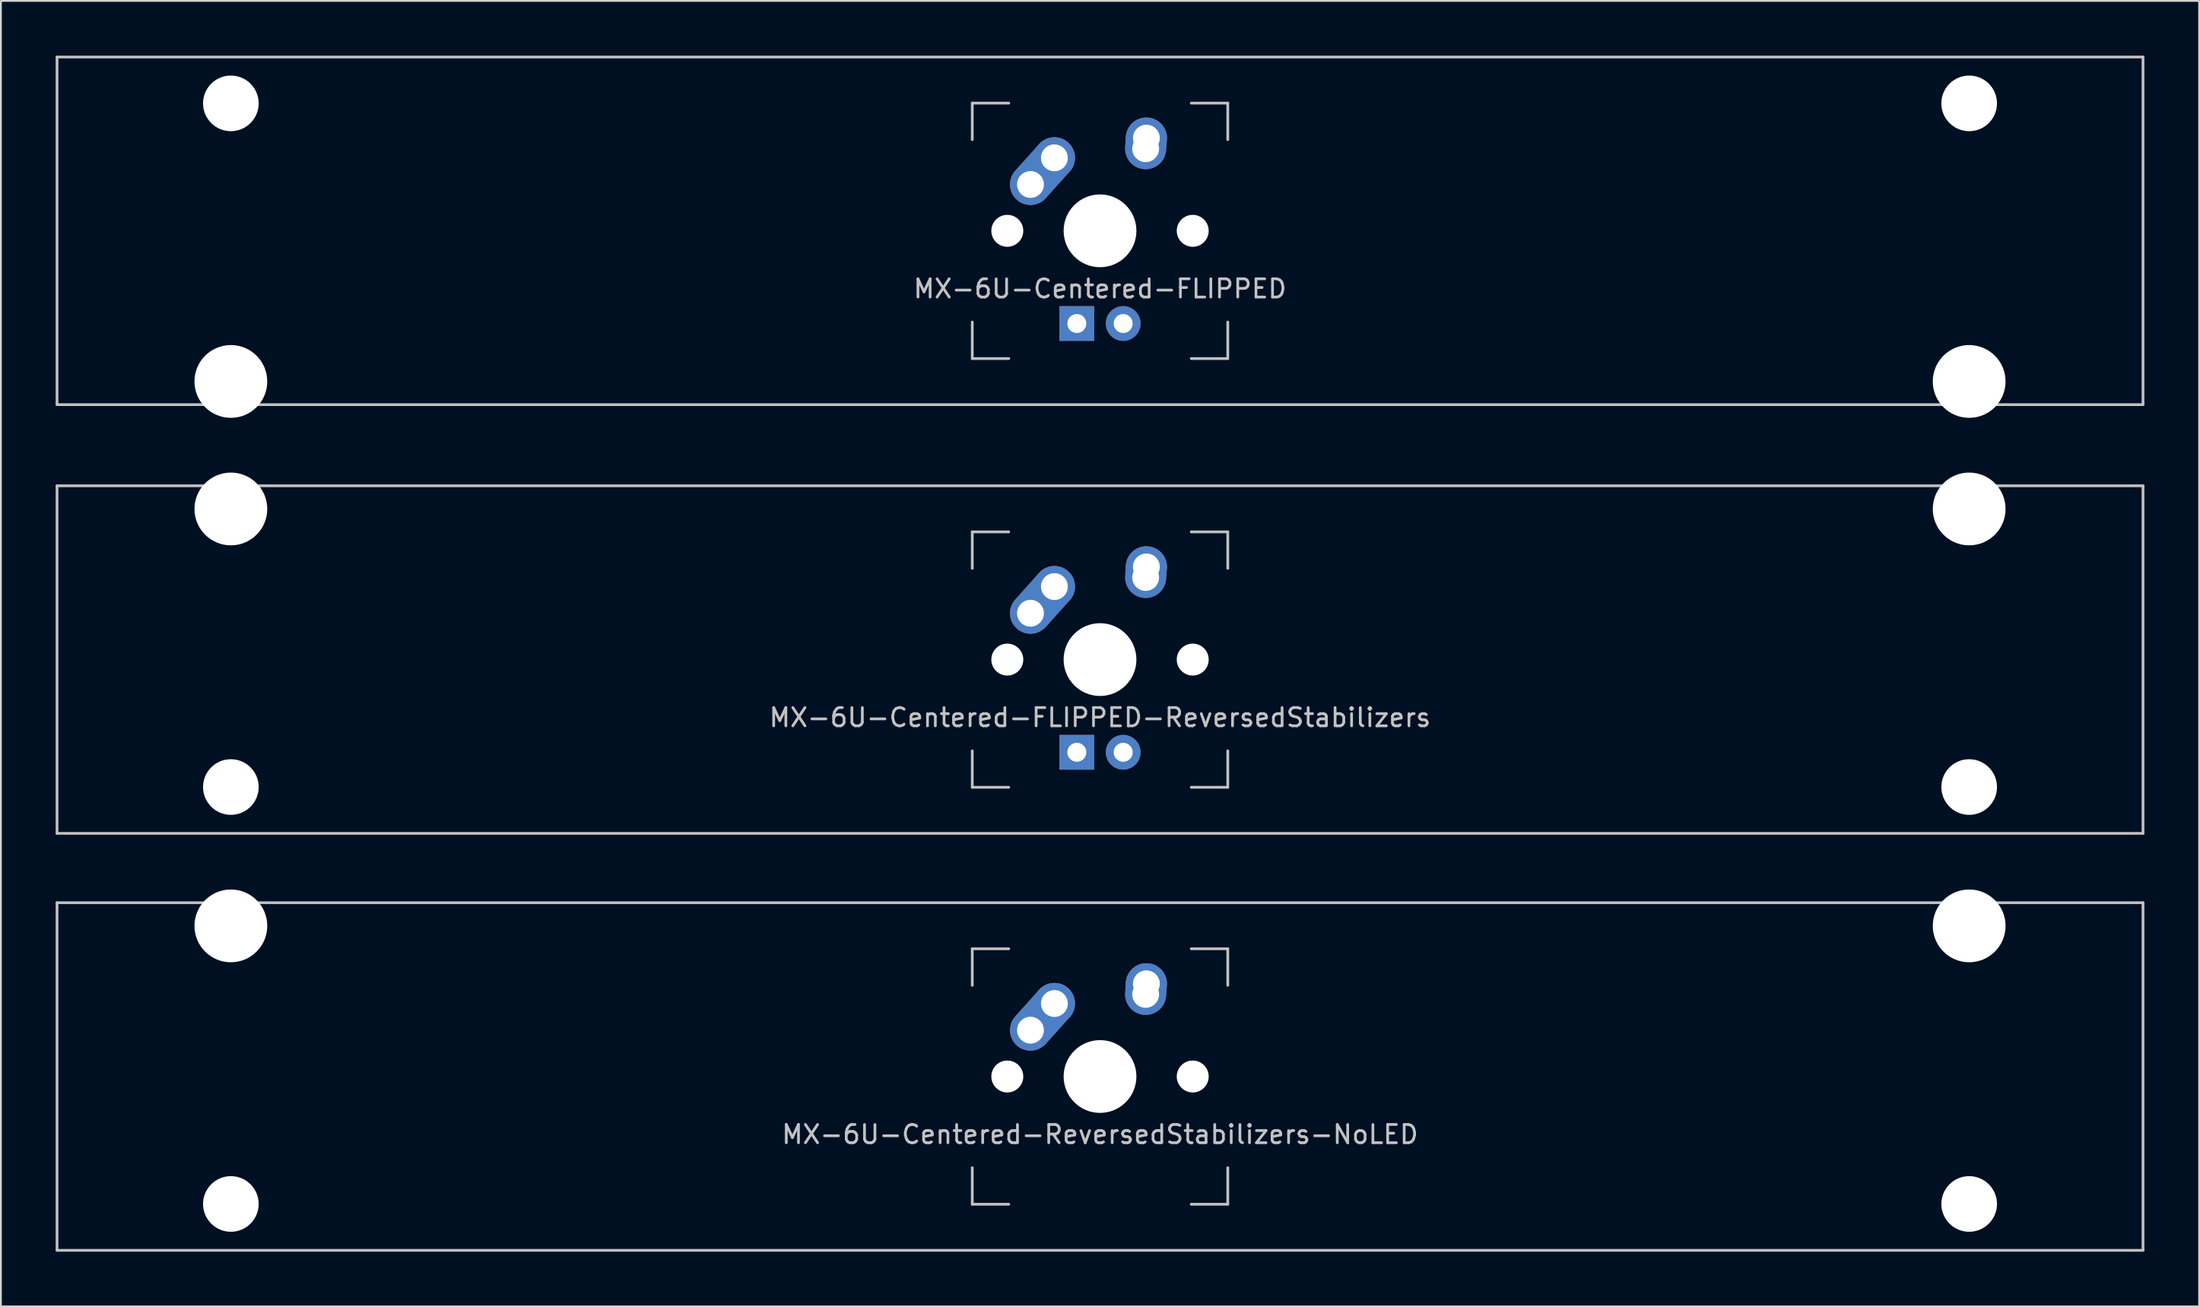
<source format=kicad_pcb>
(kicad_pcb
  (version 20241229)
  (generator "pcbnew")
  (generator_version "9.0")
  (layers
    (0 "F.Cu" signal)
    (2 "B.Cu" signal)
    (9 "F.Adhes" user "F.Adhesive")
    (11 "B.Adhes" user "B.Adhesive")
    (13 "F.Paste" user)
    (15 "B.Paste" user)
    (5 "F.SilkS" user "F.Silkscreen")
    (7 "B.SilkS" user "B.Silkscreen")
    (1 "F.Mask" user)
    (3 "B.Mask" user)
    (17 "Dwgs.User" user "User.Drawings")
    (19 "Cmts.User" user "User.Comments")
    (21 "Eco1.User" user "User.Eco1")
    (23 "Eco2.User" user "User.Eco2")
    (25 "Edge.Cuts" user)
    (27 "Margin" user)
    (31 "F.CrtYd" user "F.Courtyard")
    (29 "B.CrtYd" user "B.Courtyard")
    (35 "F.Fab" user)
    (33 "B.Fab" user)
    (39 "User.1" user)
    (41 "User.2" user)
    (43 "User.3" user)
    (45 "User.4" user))
  (footprint "MX-6U-Centered-FLIPPED-ReversedStabilizers"
    (layer "F.Cu")
    (at 57.225 33.098)
    (property "Reference" "MX-6U-Centered-FLIPPED-ReversedStabilizers" (at 0 3.175 0) (layer "Dwgs.User") (effects (font (size 1 1) (thickness 0.15))))
    (attr through_hole)
    (fp_line (start -57.15 -9.525) (end 57.15 -9.525) (stroke (width 0.15) (type solid)) (layer "Dwgs.User"))
    (fp_line (start -57.15 9.525) (end -57.15 -9.525) (stroke (width 0.15) (type solid)) (layer "Dwgs.User"))
    (fp_line (start -57.15 9.525) (end 57.15 9.525) (stroke (width 0.15) (type solid)) (layer "Dwgs.User"))
    (fp_line (start -7 -7) (end -7 -5) (stroke (width 0.15) (type solid)) (layer "Dwgs.User"))
    (fp_line (start -7 5) (end -7 7) (stroke (width 0.15) (type solid)) (layer "Dwgs.User"))
    (fp_line (start -7 7) (end -5 7) (stroke (width 0.15) (type solid)) (layer "Dwgs.User"))
    (fp_line (start -5 -7) (end -7 -7) (stroke (width 0.15) (type solid)) (layer "Dwgs.User"))
    (fp_line (start 5 -7) (end 7 -7) (stroke (width 0.15) (type solid)) (layer "Dwgs.User"))
    (fp_line (start 5 7) (end 7 7) (stroke (width 0.15) (type solid)) (layer "Dwgs.User"))
    (fp_line (start 7 -7) (end 7 -5) (stroke (width 0.15) (type solid)) (layer "Dwgs.User"))
    (fp_line (start 7 7) (end 7 5) (stroke (width 0.15) (type solid)) (layer "Dwgs.User"))
    (fp_line (start 57.15 -9.525) (end 57.15 9.525) (stroke (width 0.15) (type solid)) (layer "Dwgs.User"))
    (pad "" np_thru_hole circle (at -47.625 -8.255) (size 3.988 3.988) (drill 3.988) (layers "*.Cu" "*.Mask"))
    (pad "" np_thru_hole circle (at -47.625 6.985) (size 3.048 3.048) (drill 3.048) (layers "*.Cu" "*.Mask"))
    (pad "" np_thru_hole circle (at -5.08 0 48.1) (size 1.75 1.75) (drill 1.75) (layers "*.Cu" "*.Mask"))
    (pad "" np_thru_hole circle (at 0 0) (size 3.988 3.988) (drill 3.988) (layers "*.Cu" "*.Mask"))
    (pad "" np_thru_hole circle (at 5.08 0 48.1) (size 1.75 1.75) (drill 1.75) (layers "*.Cu" "*.Mask"))
    (pad "" np_thru_hole circle (at 47.625 -8.255) (size 3.988 3.988) (drill 3.988) (layers "*.Cu" "*.Mask"))
    (pad "" np_thru_hole circle (at 47.625 6.985) (size 3.048 3.048) (drill 3.048) (layers "*.Cu" "*.Mask"))
    (pad "1" thru_hole oval (at -3.81 -2.54 48.1) (size 4.212 2.25) (drill 1.47 (offset 0.981 0)) (layers "*.Cu" "*.Mask"))
    (pad "1" thru_hole circle (at -2.5 -4) (size 2.25 2.25) (drill 1.47) (layers "*.Cu" "*.Mask"))
    (pad "2" thru_hole oval (at 2.5 -4.5 86.055) (size 2.831 2.25) (drill 1.47 (offset 0.291 0)) (layers "*.Cu" "*.Mask"))
    (pad "2" thru_hole circle (at 2.54 -5.08) (size 2.25 2.25) (drill 1.47) (layers "*.Cu" "*.Mask"))
    (pad "3" thru_hole circle (at 1.27 5.08) (size 1.905 1.905) (drill 1.04) (layers "*.Cu" "*.Mask"))
    (pad "4" thru_hole rect (at -1.27 5.08) (size 1.905 1.905) (drill 1.04) (layers "*.Cu" "*.Mask")))
  (footprint "MX-6U-Centered-FLIPPED"
    (layer "F.Cu")
    (at 57.225 9.6)
    (property "Reference" "MX-6U-Centered-FLIPPED" (at 0 3.175 0) (layer "Dwgs.User") (effects (font (size 1 1) (thickness 0.15))))
    (attr through_hole)
    (fp_line (start -57.15 -9.525) (end 57.15 -9.525) (stroke (width 0.15) (type solid)) (layer "Dwgs.User"))
    (fp_line (start -57.15 9.525) (end -57.15 -9.525) (stroke (width 0.15) (type solid)) (layer "Dwgs.User"))
    (fp_line (start -57.15 9.525) (end 57.15 9.525) (stroke (width 0.15) (type solid)) (layer "Dwgs.User"))
    (fp_line (start -7 -7) (end -7 -5) (stroke (width 0.15) (type solid)) (layer "Dwgs.User"))
    (fp_line (start -7 5) (end -7 7) (stroke (width 0.15) (type solid)) (layer "Dwgs.User"))
    (fp_line (start -7 7) (end -5 7) (stroke (width 0.15) (type solid)) (layer "Dwgs.User"))
    (fp_line (start -5 -7) (end -7 -7) (stroke (width 0.15) (type solid)) (layer "Dwgs.User"))
    (fp_line (start 5 -7) (end 7 -7) (stroke (width 0.15) (type solid)) (layer "Dwgs.User"))
    (fp_line (start 5 7) (end 7 7) (stroke (width 0.15) (type solid)) (layer "Dwgs.User"))
    (fp_line (start 7 -7) (end 7 -5) (stroke (width 0.15) (type solid)) (layer "Dwgs.User"))
    (fp_line (start 7 7) (end 7 5) (stroke (width 0.15) (type solid)) (layer "Dwgs.User"))
    (fp_line (start 57.15 -9.525) (end 57.15 9.525) (stroke (width 0.15) (type solid)) (layer "Dwgs.User"))
    (pad "" np_thru_hole circle (at -47.625 -6.985) (size 3.048 3.048) (drill 3.048) (layers "*.Cu" "*.Mask"))
    (pad "" np_thru_hole circle (at -47.625 8.255) (size 3.988 3.988) (drill 3.988) (layers "*.Cu" "*.Mask"))
    (pad "" np_thru_hole circle (at -5.08 0 48.1) (size 1.75 1.75) (drill 1.75) (layers "*.Cu" "*.Mask"))
    (pad "" np_thru_hole circle (at 0 0) (size 3.988 3.988) (drill 3.988) (layers "*.Cu" "*.Mask"))
    (pad "" np_thru_hole circle (at 5.08 0 48.1) (size 1.75 1.75) (drill 1.75) (layers "*.Cu" "*.Mask"))
    (pad "" np_thru_hole circle (at 47.625 -6.985) (size 3.048 3.048) (drill 3.048) (layers "*.Cu" "*.Mask"))
    (pad "" np_thru_hole circle (at 47.625 8.255) (size 3.988 3.988) (drill 3.988) (layers "*.Cu" "*.Mask"))
    (pad "1" thru_hole oval (at -3.81 -2.54 48.1) (size 4.212 2.25) (drill 1.47 (offset 0.981 0)) (layers "*.Cu" "*.Mask"))
    (pad "1" thru_hole circle (at -2.5 -4) (size 2.25 2.25) (drill 1.47) (layers "*.Cu" "*.Mask"))
    (pad "2" thru_hole oval (at 2.5 -4.5 86.055) (size 2.831 2.25) (drill 1.47 (offset 0.291 0)) (layers "*.Cu" "*.Mask"))
    (pad "2" thru_hole circle (at 2.54 -5.08) (size 2.25 2.25) (drill 1.47) (layers "*.Cu" "*.Mask"))
    (pad "3" thru_hole circle (at 1.27 5.08) (size 1.905 1.905) (drill 1.04) (layers "*.Cu" "*.Mask"))
    (pad "4" thru_hole rect (at -1.27 5.08) (size 1.905 1.905) (drill 1.04) (layers "*.Cu" "*.Mask")))
  (footprint "MX-6U-Centered-ReversedStabilizers-NoLED"
    (layer "F.Cu")
    (at 57.225 55.947)
    (property "Reference" "MX-6U-Centered-ReversedStabilizers-NoLED" (at 0 3.175 0) (layer "Dwgs.User") (effects (font (size 1 1) (thickness 0.15))))
    (attr through_hole)
    (fp_line (start -57.15 -9.525) (end 57.15 -9.525) (stroke (width 0.15) (type solid)) (layer "Dwgs.User"))
    (fp_line (start -57.15 9.525) (end -57.15 -9.525) (stroke (width 0.15) (type solid)) (layer "Dwgs.User"))
    (fp_line (start -57.15 9.525) (end 57.15 9.525) (stroke (width 0.15) (type solid)) (layer "Dwgs.User"))
    (fp_line (start -7 -7) (end -7 -5) (stroke (width 0.15) (type solid)) (layer "Dwgs.User"))
    (fp_line (start -7 5) (end -7 7) (stroke (width 0.15) (type solid)) (layer "Dwgs.User"))
    (fp_line (start -7 7) (end -5 7) (stroke (width 0.15) (type solid)) (layer "Dwgs.User"))
    (fp_line (start -5 -7) (end -7 -7) (stroke (width 0.15) (type solid)) (layer "Dwgs.User"))
    (fp_line (start 5 -7) (end 7 -7) (stroke (width 0.15) (type solid)) (layer "Dwgs.User"))
    (fp_line (start 5 7) (end 7 7) (stroke (width 0.15) (type solid)) (layer "Dwgs.User"))
    (fp_line (start 7 -7) (end 7 -5) (stroke (width 0.15) (type solid)) (layer "Dwgs.User"))
    (fp_line (start 7 7) (end 7 5) (stroke (width 0.15) (type solid)) (layer "Dwgs.User"))
    (fp_line (start 57.15 -9.525) (end 57.15 9.525) (stroke (width 0.15) (type solid)) (layer "Dwgs.User"))
    (pad "" np_thru_hole circle (at -47.625 -8.255) (size 3.988 3.988) (drill 3.988) (layers "*.Cu" "*.Mask"))
    (pad "" np_thru_hole circle (at -47.625 6.985) (size 3.048 3.048) (drill 3.048) (layers "*.Cu" "*.Mask"))
    (pad "" np_thru_hole circle (at -5.08 0 48.1) (size 1.75 1.75) (drill 1.75) (layers "*.Cu" "*.Mask"))
    (pad "" np_thru_hole circle (at 0 0) (size 3.988 3.988) (drill 3.988) (layers "*.Cu" "*.Mask"))
    (pad "" np_thru_hole circle (at 5.08 0 48.1) (size 1.75 1.75) (drill 1.75) (layers "*.Cu" "*.Mask"))
    (pad "" np_thru_hole circle (at 47.625 -8.255) (size 3.988 3.988) (drill 3.988) (layers "*.Cu" "*.Mask"))
    (pad "" np_thru_hole circle (at 47.625 6.985) (size 3.048 3.048) (drill 3.048) (layers "*.Cu" "*.Mask"))
    (pad "1" thru_hole oval (at -3.81 -2.54 48.1) (size 4.212 2.25) (drill 1.47 (offset 0.981 0)) (layers "*.Cu" "*.Mask"))
    (pad "1" thru_hole circle (at -2.5 -4) (size 2.25 2.25) (drill 1.47) (layers "*.Cu" "*.Mask"))
    (pad "2" thru_hole oval (at 2.5 -4.5 86.055) (size 2.831 2.25) (drill 1.47 (offset 0.291 0)) (layers "*.Cu" "*.Mask"))
    (pad "2" thru_hole circle (at 2.54 -5.08) (size 2.25 2.25) (drill 1.47) (layers "*.Cu" "*.Mask")))
  (gr_rect
    (start -3 -3)
    (end 117.45 68.547)
    (stroke (width 0.1) (type default))
    (fill no)
    (layer "Edge.Cuts")))
</source>
